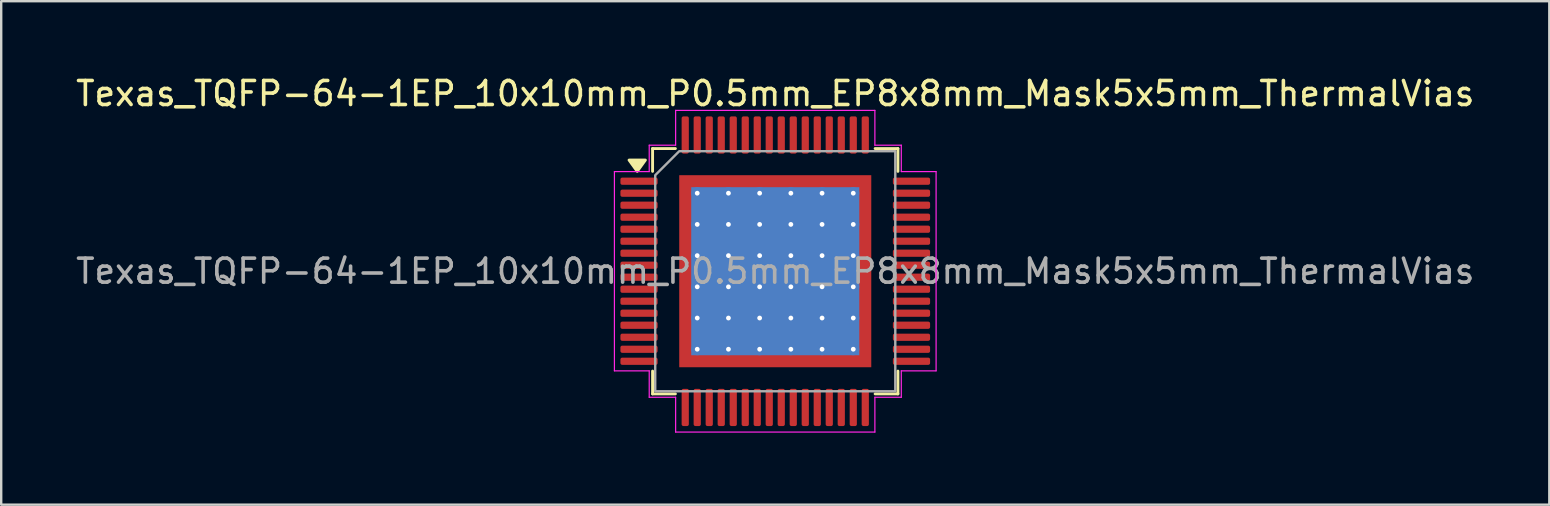
<source format=kicad_pcb>
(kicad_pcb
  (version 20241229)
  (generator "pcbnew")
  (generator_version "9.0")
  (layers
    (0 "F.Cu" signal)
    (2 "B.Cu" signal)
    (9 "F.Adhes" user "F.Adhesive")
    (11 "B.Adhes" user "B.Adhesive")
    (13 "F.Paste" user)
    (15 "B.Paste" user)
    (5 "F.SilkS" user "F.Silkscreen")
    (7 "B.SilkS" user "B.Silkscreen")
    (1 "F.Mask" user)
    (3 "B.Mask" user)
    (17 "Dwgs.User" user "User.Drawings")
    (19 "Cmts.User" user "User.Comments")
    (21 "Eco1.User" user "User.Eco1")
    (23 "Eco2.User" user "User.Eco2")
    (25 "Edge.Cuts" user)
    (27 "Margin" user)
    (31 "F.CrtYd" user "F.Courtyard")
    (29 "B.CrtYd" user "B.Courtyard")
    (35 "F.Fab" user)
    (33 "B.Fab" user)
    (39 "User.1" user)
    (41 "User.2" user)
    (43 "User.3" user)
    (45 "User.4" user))
  (footprint "Texas_TQFP-64-1EP_10x10mm_P0.5mm_EP8x8mm_Mask5x5mm_ThermalVias"
    (layer "F.Cu")
    (at 29.244 8.248)
    (property "Reference" "Texas_TQFP-64-1EP_10x10mm_P0.5mm_EP8x8mm_Mask5x5mm_ThermalVias" (at 0 -7.4 0) (layer "F.SilkS") (effects (font (size 1 1) (thickness 0.15))))
    (attr smd)
    (fp_line (start -5.11 -5.11) (end -4.16 -5.11) (stroke (width 0.12) (type solid)) (layer "F.SilkS"))
    (fp_line (start -5.11 -4.16) (end -5.11 -5.11) (stroke (width 0.12) (type solid)) (layer "F.SilkS"))
    (fp_line (start -5.11 5.11) (end -5.11 4.16) (stroke (width 0.12) (type solid)) (layer "F.SilkS"))
    (fp_line (start -4.16 5.11) (end -5.11 5.11) (stroke (width 0.12) (type solid)) (layer "F.SilkS"))
    (fp_line (start 4.16 -5.11) (end 5.11 -5.11) (stroke (width 0.12) (type solid)) (layer "F.SilkS"))
    (fp_line (start 5.11 -5.11) (end 5.11 -4.16) (stroke (width 0.12) (type solid)) (layer "F.SilkS"))
    (fp_line (start 5.11 4.16) (end 5.11 5.11) (stroke (width 0.12) (type solid)) (layer "F.SilkS"))
    (fp_line (start 5.11 5.11) (end 4.16 5.11) (stroke (width 0.12) (type solid)) (layer "F.SilkS"))
    (fp_poly (pts (xy -5.75 -4.16) (xy -6.09 -4.63) (xy -5.41 -4.63)) (stroke (width 0.12) (type solid)) (fill yes) (layer "F.SilkS"))
    (fp_line (start -6.7 -4.15) (end -5.25 -4.15) (stroke (width 0.05) (type solid)) (layer "F.CrtYd"))
    (fp_line (start -6.7 4.15) (end -6.7 -4.15) (stroke (width 0.05) (type solid)) (layer "F.CrtYd"))
    (fp_line (start -5.25 -5.25) (end -4.15 -5.25) (stroke (width 0.05) (type solid)) (layer "F.CrtYd"))
    (fp_line (start -5.25 -4.15) (end -5.25 -5.25) (stroke (width 0.05) (type solid)) (layer "F.CrtYd"))
    (fp_line (start -5.25 4.15) (end -6.7 4.15) (stroke (width 0.05) (type solid)) (layer "F.CrtYd"))
    (fp_line (start -5.25 5.25) (end -5.25 4.15) (stroke (width 0.05) (type solid)) (layer "F.CrtYd"))
    (fp_line (start -4.15 -6.7) (end 4.15 -6.7) (stroke (width 0.05) (type solid)) (layer "F.CrtYd"))
    (fp_line (start -4.15 -5.25) (end -4.15 -6.7) (stroke (width 0.05) (type solid)) (layer "F.CrtYd"))
    (fp_line (start -4.15 5.25) (end -5.25 5.25) (stroke (width 0.05) (type solid)) (layer "F.CrtYd"))
    (fp_line (start -4.15 6.7) (end -4.15 5.25) (stroke (width 0.05) (type solid)) (layer "F.CrtYd"))
    (fp_line (start 4.15 -6.7) (end 4.15 -5.25) (stroke (width 0.05) (type solid)) (layer "F.CrtYd"))
    (fp_line (start 4.15 -5.25) (end 5.25 -5.25) (stroke (width 0.05) (type solid)) (layer "F.CrtYd"))
    (fp_line (start 4.15 5.25) (end 4.15 6.7) (stroke (width 0.05) (type solid)) (layer "F.CrtYd"))
    (fp_line (start 4.15 6.7) (end -4.15 6.7) (stroke (width 0.05) (type solid)) (layer "F.CrtYd"))
    (fp_line (start 5.25 -5.25) (end 5.25 -4.15) (stroke (width 0.05) (type solid)) (layer "F.CrtYd"))
    (fp_line (start 5.25 -4.15) (end 6.7 -4.15) (stroke (width 0.05) (type solid)) (layer "F.CrtYd"))
    (fp_line (start 5.25 4.15) (end 5.25 5.25) (stroke (width 0.05) (type solid)) (layer "F.CrtYd"))
    (fp_line (start 5.25 5.25) (end 4.15 5.25) (stroke (width 0.05) (type solid)) (layer "F.CrtYd"))
    (fp_line (start 6.7 -4.15) (end 6.7 4.15) (stroke (width 0.05) (type solid)) (layer "F.CrtYd"))
    (fp_line (start 6.7 4.15) (end 5.25 4.15) (stroke (width 0.05) (type solid)) (layer "F.CrtYd"))
    (fp_poly (pts (xy -5 -4) (xy -5 5) (xy 5 5) (xy 5 -5) (xy -4 -5)) (stroke (width 0.1) (type solid)) (fill no) (layer "F.Fab"))
    (fp_text user "${REFERENCE}" (at 0 0 0) (layer "F.Fab") (effects (font (size 1 1) (thickness 0.15))))
    (pad "" smd roundrect (at -1.67 -1.67) (size 1.34 1.34) (layers "F.Paste") (roundrect_rratio 0.187))
    (pad "" smd roundrect (at -1.67 0) (size 1.34 1.34) (layers "F.Paste") (roundrect_rratio 0.187))
    (pad "" smd roundrect (at -1.67 1.67) (size 1.34 1.34) (layers "F.Paste") (roundrect_rratio 0.187))
    (pad "" smd roundrect (at 0 -1.67) (size 1.34 1.34) (layers "F.Paste") (roundrect_rratio 0.187))
    (pad "" smd roundrect (at 0 0) (size 1.34 1.34) (layers "F.Paste") (roundrect_rratio 0.187))
    (pad "" smd rect (at 0 0) (size 5 5) (layers "F.Mask"))
    (pad "" smd roundrect (at 0 1.67) (size 1.34 1.34) (layers "F.Paste") (roundrect_rratio 0.187))
    (pad "" smd roundrect (at 1.67 -1.67) (size 1.34 1.34) (layers "F.Paste") (roundrect_rratio 0.187))
    (pad "" smd roundrect (at 1.67 0) (size 1.34 1.34) (layers "F.Paste") (roundrect_rratio 0.187))
    (pad "" smd roundrect (at 1.67 1.67) (size 1.34 1.34) (layers "F.Paste") (roundrect_rratio 0.187))
    (pad "1" smd roundrect (at -5.675 -3.75) (size 1.55 0.3) (layers "F.Cu" "F.Mask" "F.Paste") (roundrect_rratio 0.25))
    (pad "2" smd roundrect (at -5.675 -3.25) (size 1.55 0.3) (layers "F.Cu" "F.Mask" "F.Paste") (roundrect_rratio 0.25))
    (pad "3" smd roundrect (at -5.675 -2.75) (size 1.55 0.3) (layers "F.Cu" "F.Mask" "F.Paste") (roundrect_rratio 0.25))
    (pad "4" smd roundrect (at -5.675 -2.25) (size 1.55 0.3) (layers "F.Cu" "F.Mask" "F.Paste") (roundrect_rratio 0.25))
    (pad "5" smd roundrect (at -5.675 -1.75) (size 1.55 0.3) (layers "F.Cu" "F.Mask" "F.Paste") (roundrect_rratio 0.25))
    (pad "6" smd roundrect (at -5.675 -1.25) (size 1.55 0.3) (layers "F.Cu" "F.Mask" "F.Paste") (roundrect_rratio 0.25))
    (pad "7" smd roundrect (at -5.675 -0.75) (size 1.55 0.3) (layers "F.Cu" "F.Mask" "F.Paste") (roundrect_rratio 0.25))
    (pad "8" smd roundrect (at -5.675 -0.25) (size 1.55 0.3) (layers "F.Cu" "F.Mask" "F.Paste") (roundrect_rratio 0.25))
    (pad "9" smd roundrect (at -5.675 0.25) (size 1.55 0.3) (layers "F.Cu" "F.Mask" "F.Paste") (roundrect_rratio 0.25))
    (pad "10" smd roundrect (at -5.675 0.75) (size 1.55 0.3) (layers "F.Cu" "F.Mask" "F.Paste") (roundrect_rratio 0.25))
    (pad "11" smd roundrect (at -5.675 1.25) (size 1.55 0.3) (layers "F.Cu" "F.Mask" "F.Paste") (roundrect_rratio 0.25))
    (pad "12" smd roundrect (at -5.675 1.75) (size 1.55 0.3) (layers "F.Cu" "F.Mask" "F.Paste") (roundrect_rratio 0.25))
    (pad "13" smd roundrect (at -5.675 2.25) (size 1.55 0.3) (layers "F.Cu" "F.Mask" "F.Paste") (roundrect_rratio 0.25))
    (pad "14" smd roundrect (at -5.675 2.75) (size 1.55 0.3) (layers "F.Cu" "F.Mask" "F.Paste") (roundrect_rratio 0.25))
    (pad "15" smd roundrect (at -5.675 3.25) (size 1.55 0.3) (layers "F.Cu" "F.Mask" "F.Paste") (roundrect_rratio 0.25))
    (pad "16" smd roundrect (at -5.675 3.75) (size 1.55 0.3) (layers "F.Cu" "F.Mask" "F.Paste") (roundrect_rratio 0.25))
    (pad "17" smd roundrect (at -3.75 5.675) (size 0.3 1.55) (layers "F.Cu" "F.Mask" "F.Paste") (roundrect_rratio 0.25))
    (pad "18" smd roundrect (at -3.25 5.675) (size 0.3 1.55) (layers "F.Cu" "F.Mask" "F.Paste") (roundrect_rratio 0.25))
    (pad "19" smd roundrect (at -2.75 5.675) (size 0.3 1.55) (layers "F.Cu" "F.Mask" "F.Paste") (roundrect_rratio 0.25))
    (pad "20" smd roundrect (at -2.25 5.675) (size 0.3 1.55) (layers "F.Cu" "F.Mask" "F.Paste") (roundrect_rratio 0.25))
    (pad "21" smd roundrect (at -1.75 5.675) (size 0.3 1.55) (layers "F.Cu" "F.Mask" "F.Paste") (roundrect_rratio 0.25))
    (pad "22" smd roundrect (at -1.25 5.675) (size 0.3 1.55) (layers "F.Cu" "F.Mask" "F.Paste") (roundrect_rratio 0.25))
    (pad "23" smd roundrect (at -0.75 5.675) (size 0.3 1.55) (layers "F.Cu" "F.Mask" "F.Paste") (roundrect_rratio 0.25))
    (pad "24" smd roundrect (at -0.25 5.675) (size 0.3 1.55) (layers "F.Cu" "F.Mask" "F.Paste") (roundrect_rratio 0.25))
    (pad "25" smd roundrect (at 0.25 5.675) (size 0.3 1.55) (layers "F.Cu" "F.Mask" "F.Paste") (roundrect_rratio 0.25))
    (pad "26" smd roundrect (at 0.75 5.675) (size 0.3 1.55) (layers "F.Cu" "F.Mask" "F.Paste") (roundrect_rratio 0.25))
    (pad "27" smd roundrect (at 1.25 5.675) (size 0.3 1.55) (layers "F.Cu" "F.Mask" "F.Paste") (roundrect_rratio 0.25))
    (pad "28" smd roundrect (at 1.75 5.675) (size 0.3 1.55) (layers "F.Cu" "F.Mask" "F.Paste") (roundrect_rratio 0.25))
    (pad "29" smd roundrect (at 2.25 5.675) (size 0.3 1.55) (layers "F.Cu" "F.Mask" "F.Paste") (roundrect_rratio 0.25))
    (pad "30" smd roundrect (at 2.75 5.675) (size 0.3 1.55) (layers "F.Cu" "F.Mask" "F.Paste") (roundrect_rratio 0.25))
    (pad "31" smd roundrect (at 3.25 5.675) (size 0.3 1.55) (layers "F.Cu" "F.Mask" "F.Paste") (roundrect_rratio 0.25))
    (pad "32" smd roundrect (at 3.75 5.675) (size 0.3 1.55) (layers "F.Cu" "F.Mask" "F.Paste") (roundrect_rratio 0.25))
    (pad "33" smd roundrect (at 5.675 3.75) (size 1.55 0.3) (layers "F.Cu" "F.Mask" "F.Paste") (roundrect_rratio 0.25))
    (pad "34" smd roundrect (at 5.675 3.25) (size 1.55 0.3) (layers "F.Cu" "F.Mask" "F.Paste") (roundrect_rratio 0.25))
    (pad "35" smd roundrect (at 5.675 2.75) (size 1.55 0.3) (layers "F.Cu" "F.Mask" "F.Paste") (roundrect_rratio 0.25))
    (pad "36" smd roundrect (at 5.675 2.25) (size 1.55 0.3) (layers "F.Cu" "F.Mask" "F.Paste") (roundrect_rratio 0.25))
    (pad "37" smd roundrect (at 5.675 1.75) (size 1.55 0.3) (layers "F.Cu" "F.Mask" "F.Paste") (roundrect_rratio 0.25))
    (pad "38" smd roundrect (at 5.675 1.25) (size 1.55 0.3) (layers "F.Cu" "F.Mask" "F.Paste") (roundrect_rratio 0.25))
    (pad "39" smd roundrect (at 5.675 0.75) (size 1.55 0.3) (layers "F.Cu" "F.Mask" "F.Paste") (roundrect_rratio 0.25))
    (pad "40" smd roundrect (at 5.675 0.25) (size 1.55 0.3) (layers "F.Cu" "F.Mask" "F.Paste") (roundrect_rratio 0.25))
    (pad "41" smd roundrect (at 5.675 -0.25) (size 1.55 0.3) (layers "F.Cu" "F.Mask" "F.Paste") (roundrect_rratio 0.25))
    (pad "42" smd roundrect (at 5.675 -0.75) (size 1.55 0.3) (layers "F.Cu" "F.Mask" "F.Paste") (roundrect_rratio 0.25))
    (pad "43" smd roundrect (at 5.675 -1.25) (size 1.55 0.3) (layers "F.Cu" "F.Mask" "F.Paste") (roundrect_rratio 0.25))
    (pad "44" smd roundrect (at 5.675 -1.75) (size 1.55 0.3) (layers "F.Cu" "F.Mask" "F.Paste") (roundrect_rratio 0.25))
    (pad "45" smd roundrect (at 5.675 -2.25) (size 1.55 0.3) (layers "F.Cu" "F.Mask" "F.Paste") (roundrect_rratio 0.25))
    (pad "46" smd roundrect (at 5.675 -2.75) (size 1.55 0.3) (layers "F.Cu" "F.Mask" "F.Paste") (roundrect_rratio 0.25))
    (pad "47" smd roundrect (at 5.675 -3.25) (size 1.55 0.3) (layers "F.Cu" "F.Mask" "F.Paste") (roundrect_rratio 0.25))
    (pad "48" smd roundrect (at 5.675 -3.75) (size 1.55 0.3) (layers "F.Cu" "F.Mask" "F.Paste") (roundrect_rratio 0.25))
    (pad "49" smd roundrect (at 3.75 -5.675) (size 0.3 1.55) (layers "F.Cu" "F.Mask" "F.Paste") (roundrect_rratio 0.25))
    (pad "50" smd roundrect (at 3.25 -5.675) (size 0.3 1.55) (layers "F.Cu" "F.Mask" "F.Paste") (roundrect_rratio 0.25))
    (pad "51" smd roundrect (at 2.75 -5.675) (size 0.3 1.55) (layers "F.Cu" "F.Mask" "F.Paste") (roundrect_rratio 0.25))
    (pad "52" smd roundrect (at 2.25 -5.675) (size 0.3 1.55) (layers "F.Cu" "F.Mask" "F.Paste") (roundrect_rratio 0.25))
    (pad "53" smd roundrect (at 1.75 -5.675) (size 0.3 1.55) (layers "F.Cu" "F.Mask" "F.Paste") (roundrect_rratio 0.25))
    (pad "54" smd roundrect (at 1.25 -5.675) (size 0.3 1.55) (layers "F.Cu" "F.Mask" "F.Paste") (roundrect_rratio 0.25))
    (pad "55" smd roundrect (at 0.75 -5.675) (size 0.3 1.55) (layers "F.Cu" "F.Mask" "F.Paste") (roundrect_rratio 0.25))
    (pad "56" smd roundrect (at 0.25 -5.675) (size 0.3 1.55) (layers "F.Cu" "F.Mask" "F.Paste") (roundrect_rratio 0.25))
    (pad "57" smd roundrect (at -0.25 -5.675) (size 0.3 1.55) (layers "F.Cu" "F.Mask" "F.Paste") (roundrect_rratio 0.25))
    (pad "58" smd roundrect (at -0.75 -5.675) (size 0.3 1.55) (layers "F.Cu" "F.Mask" "F.Paste") (roundrect_rratio 0.25))
    (pad "59" smd roundrect (at -1.25 -5.675) (size 0.3 1.55) (layers "F.Cu" "F.Mask" "F.Paste") (roundrect_rratio 0.25))
    (pad "60" smd roundrect (at -1.75 -5.675) (size 0.3 1.55) (layers "F.Cu" "F.Mask" "F.Paste") (roundrect_rratio 0.25))
    (pad "61" smd roundrect (at -2.25 -5.675) (size 0.3 1.55) (layers "F.Cu" "F.Mask" "F.Paste") (roundrect_rratio 0.25))
    (pad "62" smd roundrect (at -2.75 -5.675) (size 0.3 1.55) (layers "F.Cu" "F.Mask" "F.Paste") (roundrect_rratio 0.25))
    (pad "63" smd roundrect (at -3.25 -5.675) (size 0.3 1.55) (layers "F.Cu" "F.Mask" "F.Paste") (roundrect_rratio 0.25))
    (pad "64" smd roundrect (at -3.75 -5.675) (size 0.3 1.55) (layers "F.Cu" "F.Mask" "F.Paste") (roundrect_rratio 0.25))
    (pad "65" thru_hole circle (at -3.25 -3.25) (size 0.5 0.5) (drill 0.2) (property pad_prop_heatsink) (layers "*.Cu"))
    (pad "65" thru_hole circle (at -3.25 -1.95) (size 0.5 0.5) (drill 0.2) (property pad_prop_heatsink) (layers "*.Cu"))
    (pad "65" thru_hole circle (at -3.25 -0.65) (size 0.5 0.5) (drill 0.2) (property pad_prop_heatsink) (layers "*.Cu"))
    (pad "65" thru_hole circle (at -3.25 0.65) (size 0.5 0.5) (drill 0.2) (property pad_prop_heatsink) (layers "*.Cu"))
    (pad "65" thru_hole circle (at -3.25 1.95) (size 0.5 0.5) (drill 0.2) (property pad_prop_heatsink) (layers "*.Cu"))
    (pad "65" thru_hole circle (at -3.25 3.25) (size 0.5 0.5) (drill 0.2) (property pad_prop_heatsink) (layers "*.Cu"))
    (pad "65" thru_hole circle (at -1.95 -3.25) (size 0.5 0.5) (drill 0.2) (property pad_prop_heatsink) (layers "*.Cu"))
    (pad "65" thru_hole circle (at -1.95 -1.95) (size 0.5 0.5) (drill 0.2) (property pad_prop_heatsink) (layers "*.Cu"))
    (pad "65" thru_hole circle (at -1.95 -0.65) (size 0.5 0.5) (drill 0.2) (property pad_prop_heatsink) (layers "*.Cu"))
    (pad "65" thru_hole circle (at -1.95 0.65) (size 0.5 0.5) (drill 0.2) (property pad_prop_heatsink) (layers "*.Cu"))
    (pad "65" thru_hole circle (at -1.95 1.95) (size 0.5 0.5) (drill 0.2) (property pad_prop_heatsink) (layers "*.Cu"))
    (pad "65" thru_hole circle (at -1.95 3.25) (size 0.5 0.5) (drill 0.2) (property pad_prop_heatsink) (layers "*.Cu"))
    (pad "65" thru_hole circle (at -0.65 -3.25) (size 0.5 0.5) (drill 0.2) (property pad_prop_heatsink) (layers "*.Cu"))
    (pad "65" thru_hole circle (at -0.65 -1.95) (size 0.5 0.5) (drill 0.2) (property pad_prop_heatsink) (layers "*.Cu"))
    (pad "65" thru_hole circle (at -0.65 -0.65) (size 0.5 0.5) (drill 0.2) (property pad_prop_heatsink) (layers "*.Cu"))
    (pad "65" thru_hole circle (at -0.65 0.65) (size 0.5 0.5) (drill 0.2) (property pad_prop_heatsink) (layers "*.Cu"))
    (pad "65" thru_hole circle (at -0.65 1.95) (size 0.5 0.5) (drill 0.2) (property pad_prop_heatsink) (layers "*.Cu"))
    (pad "65" thru_hole circle (at -0.65 3.25) (size 0.5 0.5) (drill 0.2) (property pad_prop_heatsink) (layers "*.Cu"))
    (pad "65" smd rect (at 0 0) (size 7 7) (property pad_prop_heatsink) (layers "B.Cu"))
    (pad "65" smd rect (at 0 0) (size 8 8) (property pad_prop_heatsink) (layers "F.Cu"))
    (pad "65" thru_hole circle (at 0.65 -3.25) (size 0.5 0.5) (drill 0.2) (property pad_prop_heatsink) (layers "*.Cu"))
    (pad "65" thru_hole circle (at 0.65 -1.95) (size 0.5 0.5) (drill 0.2) (property pad_prop_heatsink) (layers "*.Cu"))
    (pad "65" thru_hole circle (at 0.65 -0.65) (size 0.5 0.5) (drill 0.2) (property pad_prop_heatsink) (layers "*.Cu"))
    (pad "65" thru_hole circle (at 0.65 0.65) (size 0.5 0.5) (drill 0.2) (property pad_prop_heatsink) (layers "*.Cu"))
    (pad "65" thru_hole circle (at 0.65 1.95) (size 0.5 0.5) (drill 0.2) (property pad_prop_heatsink) (layers "*.Cu"))
    (pad "65" thru_hole circle (at 0.65 3.25) (size 0.5 0.5) (drill 0.2) (property pad_prop_heatsink) (layers "*.Cu"))
    (pad "65" thru_hole circle (at 1.95 -3.25) (size 0.5 0.5) (drill 0.2) (property pad_prop_heatsink) (layers "*.Cu"))
    (pad "65" thru_hole circle (at 1.95 -1.95) (size 0.5 0.5) (drill 0.2) (property pad_prop_heatsink) (layers "*.Cu"))
    (pad "65" thru_hole circle (at 1.95 -0.65) (size 0.5 0.5) (drill 0.2) (property pad_prop_heatsink) (layers "*.Cu"))
    (pad "65" thru_hole circle (at 1.95 0.65) (size 0.5 0.5) (drill 0.2) (property pad_prop_heatsink) (layers "*.Cu"))
    (pad "65" thru_hole circle (at 1.95 1.95) (size 0.5 0.5) (drill 0.2) (property pad_prop_heatsink) (layers "*.Cu"))
    (pad "65" thru_hole circle (at 1.95 3.25) (size 0.5 0.5) (drill 0.2) (property pad_prop_heatsink) (layers "*.Cu"))
    (pad "65" thru_hole circle (at 3.25 -3.25) (size 0.5 0.5) (drill 0.2) (property pad_prop_heatsink) (layers "*.Cu"))
    (pad "65" thru_hole circle (at 3.25 -1.95) (size 0.5 0.5) (drill 0.2) (property pad_prop_heatsink) (layers "*.Cu"))
    (pad "65" thru_hole circle (at 3.25 -0.65) (size 0.5 0.5) (drill 0.2) (property pad_prop_heatsink) (layers "*.Cu"))
    (pad "65" thru_hole circle (at 3.25 0.65) (size 0.5 0.5) (drill 0.2) (property pad_prop_heatsink) (layers "*.Cu"))
    (pad "65" thru_hole circle (at 3.25 1.95) (size 0.5 0.5) (drill 0.2) (property pad_prop_heatsink) (layers "*.Cu"))
    (pad "65" thru_hole circle (at 3.25 3.25) (size 0.5 0.5) (drill 0.2) (property pad_prop_heatsink) (layers "*.Cu")))
  (gr_rect
    (start -3 -3)
    (end 61.488 17.973)
    (stroke (width 0.1) (type default))
    (fill no)
    (layer "Edge.Cuts")))
</source>
